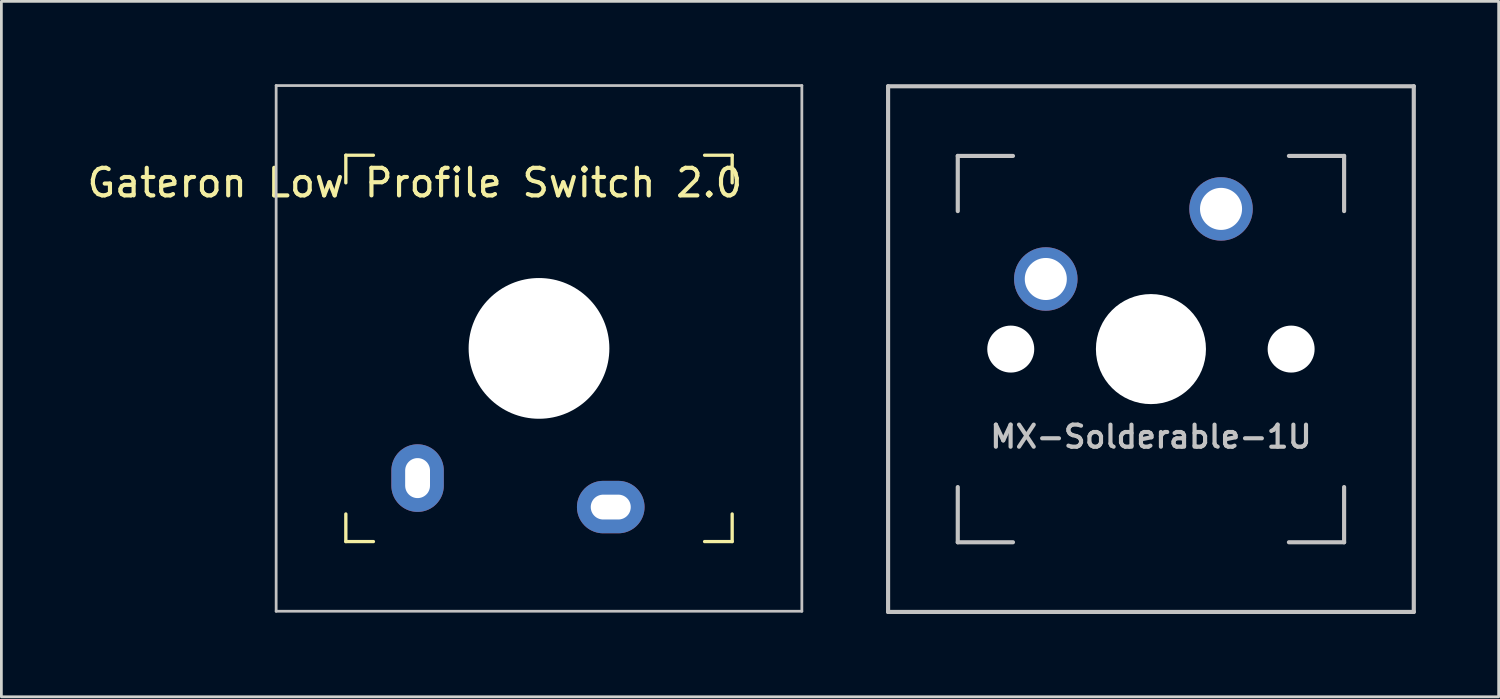
<source format=kicad_pcb>
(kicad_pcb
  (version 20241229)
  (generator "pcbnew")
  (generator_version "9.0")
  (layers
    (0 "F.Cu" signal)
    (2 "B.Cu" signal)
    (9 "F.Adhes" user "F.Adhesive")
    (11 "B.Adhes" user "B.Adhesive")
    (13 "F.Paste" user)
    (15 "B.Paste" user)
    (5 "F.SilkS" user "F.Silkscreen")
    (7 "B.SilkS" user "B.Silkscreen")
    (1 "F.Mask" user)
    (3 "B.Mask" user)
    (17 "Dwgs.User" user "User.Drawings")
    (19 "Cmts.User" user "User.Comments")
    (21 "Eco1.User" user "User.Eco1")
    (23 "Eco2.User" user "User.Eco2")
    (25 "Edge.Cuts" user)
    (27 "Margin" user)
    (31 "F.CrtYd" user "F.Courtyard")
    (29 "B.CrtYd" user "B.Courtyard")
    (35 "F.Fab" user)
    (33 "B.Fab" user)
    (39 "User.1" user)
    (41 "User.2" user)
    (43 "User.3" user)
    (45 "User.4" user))
  (footprint "Gateron Low Profile Switch 2.0"
    (layer "F.Cu")
    (at 16.482 9.575)
    (property "Reference" "Gateron Low Profile Switch 2.0" (at -4.5 -6 0) (unlocked yes) (layer "F.SilkS") (effects (font (size 1 1) (thickness 0.15))))
    (attr through_hole)
    (fp_line (start -7 -7) (end -7 -6) (stroke (width 0.12) (type solid)) (layer "F.SilkS"))
    (fp_line (start -7 -7) (end -6 -7) (stroke (width 0.12) (type solid)) (layer "F.SilkS"))
    (fp_line (start -7 7) (end -7 6) (stroke (width 0.12) (type solid)) (layer "F.SilkS"))
    (fp_line (start -6 7) (end -7 7) (stroke (width 0.12) (type solid)) (layer "F.SilkS"))
    (fp_line (start 6 -7) (end 7 -7) (stroke (width 0.12) (type solid)) (layer "F.SilkS"))
    (fp_line (start 7 -7) (end 7 -6) (stroke (width 0.12) (type solid)) (layer "F.SilkS"))
    (fp_line (start 7 6) (end 7 7) (stroke (width 0.12) (type solid)) (layer "F.SilkS"))
    (fp_line (start 7 7) (end 6 7) (stroke (width 0.12) (type solid)) (layer "F.SilkS"))
    (fp_line (start -9.525 -9.525) (end 9.525 -9.525) (stroke (width 0.1) (type solid)) (layer "Dwgs.User"))
    (fp_line (start -9.525 9.525) (end -9.525 -9.525) (stroke (width 0.1) (type solid)) (layer "Dwgs.User"))
    (fp_line (start 9.525 -9.525) (end 9.525 9.525) (stroke (width 0.1) (type solid)) (layer "Dwgs.User"))
    (fp_line (start 9.525 9.525) (end -9.525 9.525) (stroke (width 0.1) (type solid)) (layer "Dwgs.User"))
    (fp_line (start -7 -7) (end -7 7) (stroke (width 0.1) (type solid)) (layer "Eco1.User"))
    (fp_line (start -7 -7) (end 7 -7) (stroke (width 0.1) (type solid)) (layer "Eco1.User"))
    (fp_line (start -7 7) (end 7 7) (stroke (width 0.1) (type solid)) (layer "Eco1.User"))
    (fp_line (start 7 -7) (end 7 7) (stroke (width 0.1) (type solid)) (layer "Eco1.User"))
    (fp_rect (start 1.8 -6.3) (end -3.2 -4.05) (stroke (width 0.12) (type solid)) (fill no) (layer "Eco1.User"))
    (pad "" np_thru_hole circle (at 0 0) (size 5.1 5.1) (drill 5.1) (layers "*.Cu" "*.Mask"))
    (pad "1" thru_hole oval (at -4.4 4.7 90) (size 2.45 1.9) (drill oval 1.45 0.9) (layers "*.Cu" "*.Mask"))
    (pad "2" thru_hole oval (at 2.6 5.75) (size 2.45 1.9) (drill oval 1.45 0.9) (layers "*.Cu" "*.Mask")))
  (footprint "MX-Solderable-1U"
    (layer "F.Cu")
    (at 38.657 9.6)
    (property "Reference" "MX-Solderable-1U" (at 0 3.175 0) (layer "Dwgs.User") (effects (font (size 0.8 0.8) (thickness 0.15))))
    (attr through_hole)
    (fp_line (start -9.525 9.525) (end -9.525 -9.525) (stroke (width 0.15) (type solid)) (layer "Dwgs.User"))
    (fp_line (start -7 -7) (end -7 -5) (stroke (width 0.15) (type solid)) (layer "Dwgs.User"))
    (fp_line (start -7 5) (end -7 7) (stroke (width 0.15) (type solid)) (layer "Dwgs.User"))
    (fp_line (start -7 7) (end -5 7) (stroke (width 0.15) (type solid)) (layer "Dwgs.User"))
    (fp_line (start -5 -7) (end -7 -7) (stroke (width 0.15) (type solid)) (layer "Dwgs.User"))
    (fp_line (start 5 -7) (end 7 -7) (stroke (width 0.15) (type solid)) (layer "Dwgs.User"))
    (fp_line (start 5 7) (end 7 7) (stroke (width 0.15) (type solid)) (layer "Dwgs.User"))
    (fp_line (start 7 -7) (end 7 -5) (stroke (width 0.15) (type solid)) (layer "Dwgs.User"))
    (fp_line (start 7 7) (end 7 5) (stroke (width 0.15) (type solid)) (layer "Dwgs.User"))
    (fp_line (start 9.525 -9.525) (end -9.525 -9.525) (stroke (width 0.15) (type solid)) (layer "Dwgs.User"))
    (fp_line (start 9.525 9.525) (end -9.525 9.525) (stroke (width 0.15) (type solid)) (layer "Dwgs.User"))
    (fp_line (start 9.525 9.525) (end 9.525 -9.525) (stroke (width 0.15) (type solid)) (layer "Dwgs.User"))
    (pad "" np_thru_hole circle (at -5.08 0 48.099) (size 1.702 1.702) (drill 1.702) (layers "*.Cu" "*.Mask"))
    (pad "" np_thru_hole circle (at 0 0) (size 3.988 3.988) (drill 3.988) (layers "*.Cu" "*.Mask"))
    (pad "" np_thru_hole circle (at 5.08 0 48.099) (size 1.702 1.702) (drill 1.702) (layers "*.Cu" "*.Mask"))
    (pad "1" thru_hole circle (at -3.81 -2.54) (size 2.3 2.3) (drill 1.524) (layers "*.Cu" "B.Mask"))
    (pad "2" thru_hole circle (at 2.54 -5.08) (size 2.3 2.3) (drill 1.524) (layers "*.Cu" "B.Mask")))
  (gr_rect
    (start -3 -3)
    (end 51.257 22.2)
    (stroke (width 0.1) (type default))
    (fill no)
    (layer "Edge.Cuts")))
</source>
